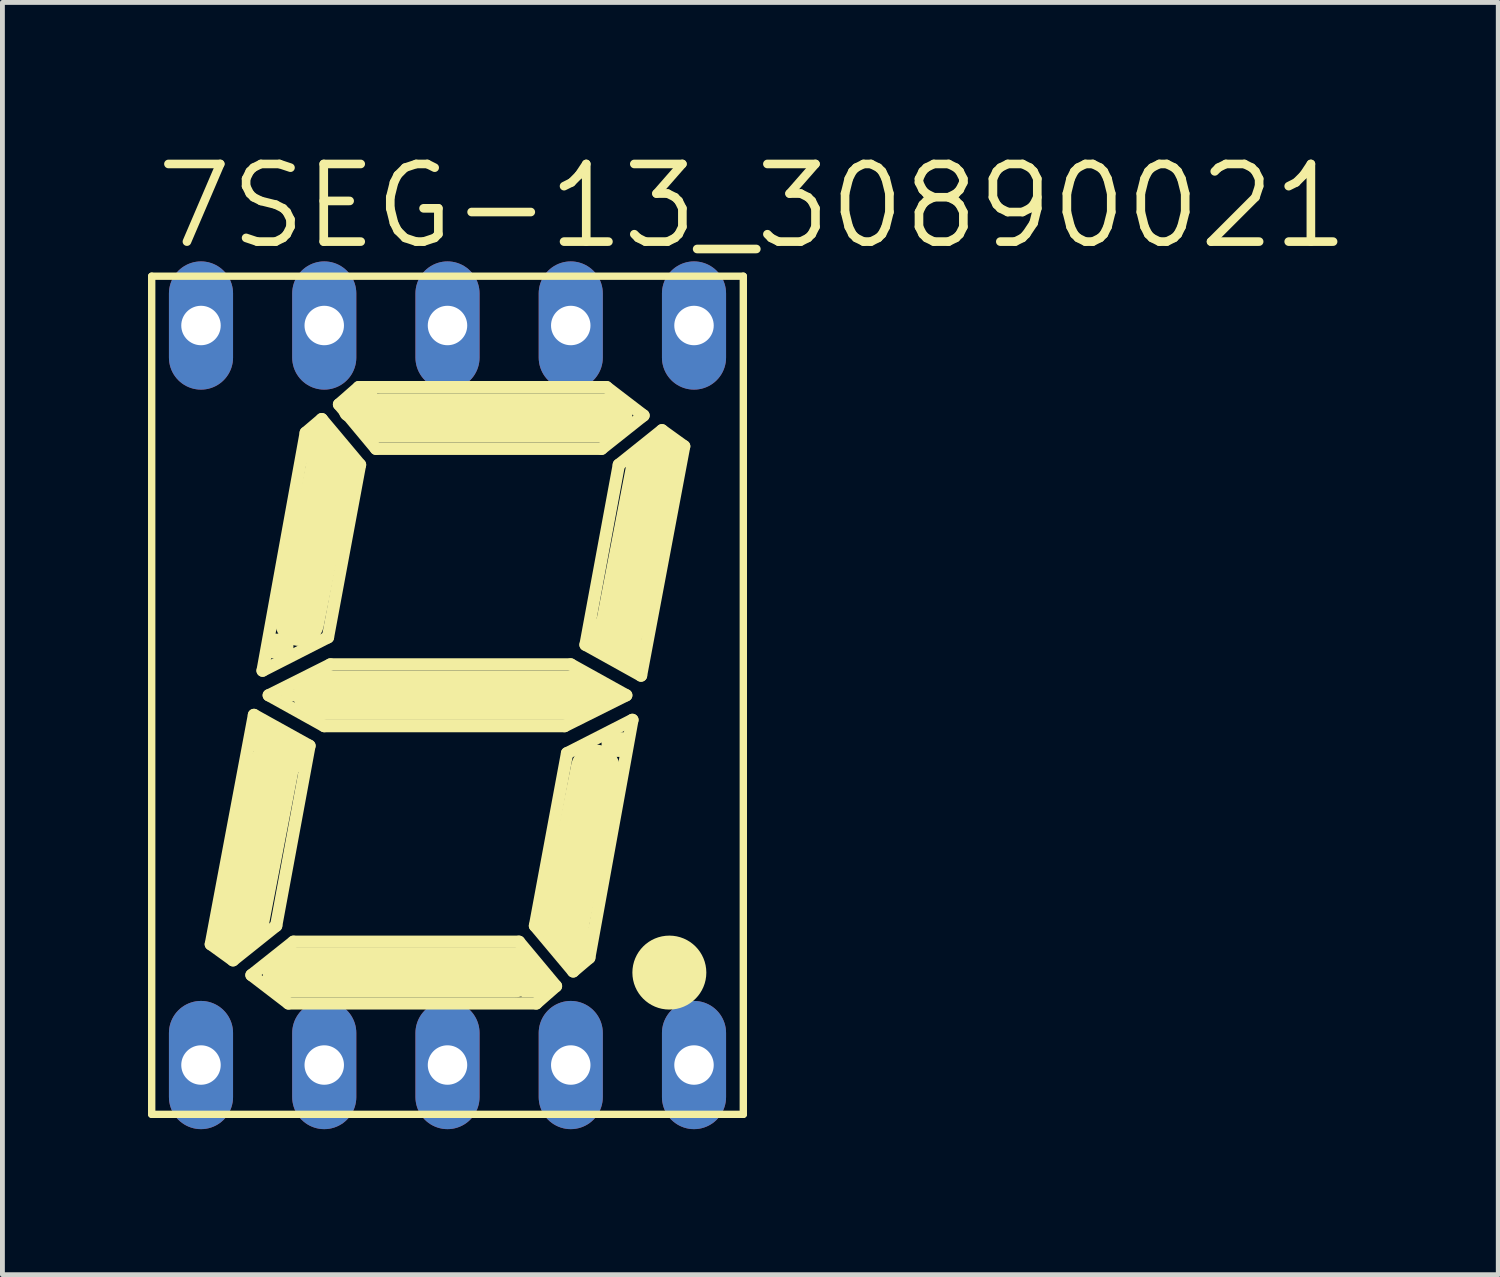
<source format=kicad_pcb>
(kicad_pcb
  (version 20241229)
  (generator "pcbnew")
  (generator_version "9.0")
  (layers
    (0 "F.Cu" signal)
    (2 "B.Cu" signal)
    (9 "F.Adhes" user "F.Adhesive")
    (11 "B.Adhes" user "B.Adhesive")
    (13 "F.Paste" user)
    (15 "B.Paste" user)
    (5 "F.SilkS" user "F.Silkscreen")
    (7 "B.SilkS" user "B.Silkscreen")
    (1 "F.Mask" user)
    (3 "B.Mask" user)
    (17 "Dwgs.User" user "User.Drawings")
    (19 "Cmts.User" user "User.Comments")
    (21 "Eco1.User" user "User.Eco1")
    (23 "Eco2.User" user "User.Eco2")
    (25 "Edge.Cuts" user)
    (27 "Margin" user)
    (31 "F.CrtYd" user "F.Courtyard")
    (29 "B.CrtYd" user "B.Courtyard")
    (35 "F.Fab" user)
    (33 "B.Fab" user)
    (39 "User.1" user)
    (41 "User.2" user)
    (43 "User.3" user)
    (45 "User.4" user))
  (footprint "7SEG-13_30890021"
    (layer "F.Cu")
    (at 6.172 11.278)
    (property "Reference" "7SEG-13_30890021" (at -6.096 -9.144 0) (unlocked yes) (layer "F.SilkS") (effects (font (size 1.6 1.6) (thickness 0.178)) (justify left bottom)))
    (fp_line (start -6.096 -8.636) (end -6.096 8.636) (stroke (width 0.152) (type solid)) (layer "F.SilkS"))
    (fp_line (start -6.096 -8.636) (end 6.096 -8.636) (stroke (width 0.152) (type solid)) (layer "F.SilkS"))
    (fp_line (start -4.445 5.08) (end -4.572 4.953) (stroke (width 0.508) (type solid)) (layer "F.SilkS"))
    (fp_line (start -4.42 5.461) (end -4.877 5.131) (stroke (width 0.254) (type solid)) (layer "F.SilkS"))
    (fp_line (start -4.039 5.766) (end -3.277 6.35) (stroke (width 0.254) (type solid)) (layer "F.SilkS"))
    (fp_line (start -3.988 0.406) (end -4.877 5.131) (stroke (width 0.254) (type solid)) (layer "F.SilkS"))
    (fp_line (start -3.81 -0.508) (end -2.921 -5.41) (stroke (width 0.254) (type solid)) (layer "F.SilkS"))
    (fp_line (start -3.556 1.397) (end -4.191 4.699) (stroke (width 1.016) (type solid)) (layer "F.SilkS"))
    (fp_line (start -3.531 4.75) (end -4.42 5.461) (stroke (width 0.254) (type solid)) (layer "F.SilkS"))
    (fp_line (start -3.531 4.75) (end -2.845 1.041) (stroke (width 0.254) (type solid)) (layer "F.SilkS"))
    (fp_line (start -3.302 5.715) (end 1.397 5.715) (stroke (width 1.016) (type solid)) (layer "F.SilkS"))
    (fp_line (start -3.277 6.35) (end 1.829 6.35) (stroke (width 0.254) (type solid)) (layer "F.SilkS"))
    (fp_line (start -3.175 1.27) (end -3.81 0.889) (stroke (width 0.66) (type solid)) (layer "F.SilkS"))
    (fp_line (start -3.175 5.08) (end -4.039 5.766) (stroke (width 0.254) (type solid)) (layer "F.SilkS"))
    (fp_line (start -3.175 5.08) (end 1.473 5.08) (stroke (width 0.254) (type solid)) (layer "F.SilkS"))
    (fp_line (start -2.845 1.041) (end -3.988 0.406) (stroke (width 0.254) (type solid)) (layer "F.SilkS"))
    (fp_line (start -2.667 0) (end 2.667 0) (stroke (width 1.016) (type solid)) (layer "F.SilkS"))
    (fp_line (start -2.591 -5.69) (end -2.921 -5.41) (stroke (width 0.254) (type solid)) (layer "F.SilkS"))
    (fp_line (start -2.54 -5.207) (end -2.667 -5.08) (stroke (width 0.762) (type solid)) (layer "F.SilkS"))
    (fp_line (start -2.54 0.635) (end -3.683 0) (stroke (width 0.254) (type solid)) (layer "F.SilkS"))
    (fp_line (start -2.464 -1.194) (end -3.81 -0.508) (stroke (width 0.254) (type solid)) (layer "F.SilkS"))
    (fp_line (start -2.464 -1.194) (end -1.803 -4.75) (stroke (width 0.254) (type solid)) (layer "F.SilkS"))
    (fp_line (start -2.413 -4.699) (end -3.048 -1.524) (stroke (width 1.016) (type solid)) (layer "F.SilkS"))
    (fp_line (start -2.413 -0.635) (end -3.683 0) (stroke (width 0.254) (type solid)) (layer "F.SilkS"))
    (fp_line (start -2.413 -0.635) (end 2.54 -0.635) (stroke (width 0.254) (type solid)) (layer "F.SilkS"))
    (fp_line (start -2.235 -5.994) (end -1.829 -6.35) (stroke (width 0.254) (type solid)) (layer "F.SilkS"))
    (fp_line (start -2.032 -5.842) (end -1.651 -6.223) (stroke (width 0.406) (type solid)) (layer "F.SilkS"))
    (fp_line (start -1.829 -6.35) (end 3.277 -6.35) (stroke (width 0.254) (type solid)) (layer "F.SilkS"))
    (fp_line (start -1.803 -4.75) (end -2.591 -5.69) (stroke (width 0.254) (type solid)) (layer "F.SilkS"))
    (fp_line (start -1.473 -5.08) (end -2.235 -5.994) (stroke (width 0.254) (type solid)) (layer "F.SilkS"))
    (fp_line (start -1.473 -5.08) (end 3.175 -5.08) (stroke (width 0.254) (type solid)) (layer "F.SilkS"))
    (fp_line (start 1.473 5.08) (end 2.235 5.994) (stroke (width 0.254) (type solid)) (layer "F.SilkS"))
    (fp_line (start 1.803 4.75) (end 2.591 5.69) (stroke (width 0.254) (type solid)) (layer "F.SilkS"))
    (fp_line (start 2.235 5.994) (end 1.829 6.35) (stroke (width 0.254) (type solid)) (layer "F.SilkS"))
    (fp_line (start 2.413 0.635) (end -2.54 0.635) (stroke (width 0.254) (type solid)) (layer "F.SilkS"))
    (fp_line (start 2.413 0.635) (end 3.683 0) (stroke (width 0.254) (type solid)) (layer "F.SilkS"))
    (fp_line (start 2.413 4.699) (end 3.048 1.524) (stroke (width 1.016) (type solid)) (layer "F.SilkS"))
    (fp_line (start 2.464 1.194) (end 1.803 4.75) (stroke (width 0.254) (type solid)) (layer "F.SilkS"))
    (fp_line (start 2.464 1.194) (end 3.81 0.508) (stroke (width 0.254) (type solid)) (layer "F.SilkS"))
    (fp_line (start 2.54 -0.635) (end 3.683 0) (stroke (width 0.254) (type solid)) (layer "F.SilkS"))
    (fp_line (start 2.54 5.207) (end 2.667 5.08) (stroke (width 0.762) (type solid)) (layer "F.SilkS"))
    (fp_line (start 2.591 5.69) (end 2.921 5.41) (stroke (width 0.254) (type solid)) (layer "F.SilkS"))
    (fp_line (start 2.845 -1.041) (end 3.988 -0.406) (stroke (width 0.254) (type solid)) (layer "F.SilkS"))
    (fp_line (start 3.175 -5.08) (end 4.039 -5.766) (stroke (width 0.254) (type solid)) (layer "F.SilkS"))
    (fp_line (start 3.175 -1.27) (end 3.81 -0.889) (stroke (width 0.66) (type solid)) (layer "F.SilkS"))
    (fp_line (start 3.302 -5.715) (end -1.397 -5.715) (stroke (width 1.016) (type solid)) (layer "F.SilkS"))
    (fp_line (start 3.531 -4.75) (end 2.845 -1.041) (stroke (width 0.254) (type solid)) (layer "F.SilkS"))
    (fp_line (start 3.531 -4.75) (end 4.42 -5.461) (stroke (width 0.254) (type solid)) (layer "F.SilkS"))
    (fp_line (start 3.556 -1.397) (end 4.191 -4.699) (stroke (width 1.016) (type solid)) (layer "F.SilkS"))
    (fp_line (start 3.81 0.508) (end 2.921 5.41) (stroke (width 0.254) (type solid)) (layer "F.SilkS"))
    (fp_line (start 3.988 -0.406) (end 4.877 -5.131) (stroke (width 0.254) (type solid)) (layer "F.SilkS"))
    (fp_line (start 4.039 -5.766) (end 3.277 -6.35) (stroke (width 0.254) (type solid)) (layer "F.SilkS"))
    (fp_line (start 4.42 -5.461) (end 4.877 -5.131) (stroke (width 0.254) (type solid)) (layer "F.SilkS"))
    (fp_line (start 4.445 -5.08) (end 4.572 -4.953) (stroke (width 0.508) (type solid)) (layer "F.SilkS"))
    (fp_line (start 6.096 8.636) (end -6.096 8.636) (stroke (width 0.152) (type solid)) (layer "F.SilkS"))
    (fp_line (start 6.096 8.636) (end 6.096 -8.636) (stroke (width 0.152) (type solid)) (layer "F.SilkS"))
    (fp_circle (center 4.572 5.715) (end 4.953 5.715) (stroke (width 0.762) (type solid)) (fill no) (layer "F.SilkS"))
    (fp_poly (pts (xy -3.683 -0.762) (xy -3.175 -0.762) (xy -3.175 -1.27) (xy -3.683 -1.27)) (stroke (width 0) (type default)) (fill yes) (layer "F.SilkS"))
    (fp_poly (pts (xy -3.429 0.127) (xy -3.048 0.127) (xy -3.048 -0.127) (xy -3.429 -0.127)) (stroke (width 0) (type default)) (fill yes) (layer "F.SilkS"))
    (fp_poly (pts (xy 1.524 6.223) (xy 2.159 6.223) (xy 2.159 5.715) (xy 1.524 5.715)) (stroke (width 0) (type default)) (fill yes) (layer "F.SilkS"))
    (fp_poly (pts (xy 3.048 0.254) (xy 3.429 0.254) (xy 3.429 -0.254) (xy 3.048 -0.254)) (stroke (width 0) (type default)) (fill yes) (layer "F.SilkS"))
    (fp_poly (pts (xy 3.175 1.27) (xy 3.683 1.27) (xy 3.683 0.762) (xy 3.175 0.762)) (stroke (width 0) (type default)) (fill yes) (layer "F.SilkS"))
    (fp_poly (pts (xy 4.318 5.842) (xy 4.826 5.842) (xy 4.826 5.588) (xy 4.318 5.588)) (stroke (width 0) (type default)) (fill yes) (layer "F.SilkS"))
    (pad "1" thru_hole oval (at -5.08 7.62 90) (size 2.642 1.321) (drill 0.813) (layers "*.Cu" "*.Mask"))
    (pad "2" thru_hole oval (at -2.54 7.62 90) (size 2.642 1.321) (drill 0.813) (layers "*.Cu" "*.Mask"))
    (pad "3" thru_hole oval (at 0 7.62 90) (size 2.642 1.321) (drill 0.813) (layers "*.Cu" "*.Mask"))
    (pad "4" thru_hole oval (at 2.54 7.62 90) (size 2.642 1.321) (drill 0.813) (layers "*.Cu" "*.Mask"))
    (pad "5" thru_hole oval (at 5.08 7.62 90) (size 2.642 1.321) (drill 0.813) (layers "*.Cu" "*.Mask"))
    (pad "6" thru_hole oval (at 5.08 -7.62 90) (size 2.642 1.321) (drill 0.813) (layers "*.Cu" "*.Mask"))
    (pad "7" thru_hole oval (at 2.54 -7.62 90) (size 2.642 1.321) (drill 0.813) (layers "*.Cu" "*.Mask"))
    (pad "8" thru_hole oval (at 0 -7.62 90) (size 2.642 1.321) (drill 0.813) (layers "*.Cu" "*.Mask"))
    (pad "9" thru_hole oval (at -2.54 -7.62 90) (size 2.642 1.321) (drill 0.813) (layers "*.Cu" "*.Mask"))
    (pad "10" thru_hole oval (at -5.08 -7.62 90) (size 2.642 1.321) (drill 0.813) (layers "*.Cu" "*.Mask")))
  (gr_rect
    (start -3 -3)
    (end 27.826 23.218)
    (stroke (width 0.1) (type default))
    (fill no)
    (layer "Edge.Cuts")))
</source>
